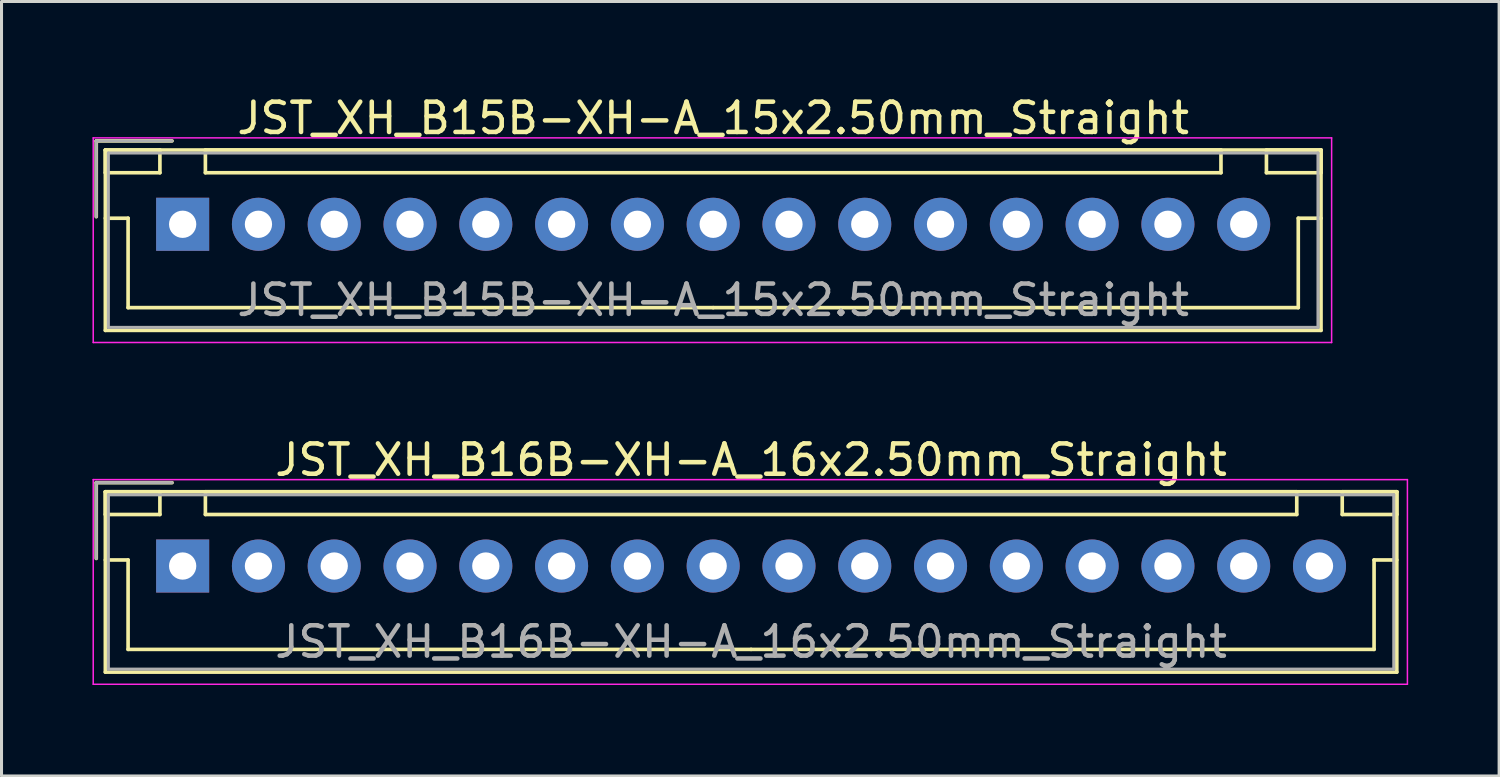
<source format=kicad_pcb>
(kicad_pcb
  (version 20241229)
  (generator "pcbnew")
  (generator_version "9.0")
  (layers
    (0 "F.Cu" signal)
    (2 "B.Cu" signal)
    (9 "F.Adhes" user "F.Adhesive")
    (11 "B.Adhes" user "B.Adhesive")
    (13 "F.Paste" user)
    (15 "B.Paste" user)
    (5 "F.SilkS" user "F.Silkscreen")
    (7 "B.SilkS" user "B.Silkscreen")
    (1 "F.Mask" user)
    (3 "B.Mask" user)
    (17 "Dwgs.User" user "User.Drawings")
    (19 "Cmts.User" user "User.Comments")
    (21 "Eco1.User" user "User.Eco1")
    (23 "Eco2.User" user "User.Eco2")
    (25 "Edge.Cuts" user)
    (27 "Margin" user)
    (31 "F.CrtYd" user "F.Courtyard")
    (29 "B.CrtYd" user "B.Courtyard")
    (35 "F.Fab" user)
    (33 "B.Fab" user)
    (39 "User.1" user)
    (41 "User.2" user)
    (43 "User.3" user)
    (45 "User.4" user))
  (footprint "JST_XH_B16B-XH-A_16x2.50mm_Straight"
    (layer "F.Cu")
    (at 2.975 15.621)
    (property "Reference" "JST_XH_B16B-XH-A_16x2.50mm_Straight" (at 18.75 -3.5 0) (layer "F.SilkS") (effects (font (size 1 1) (thickness 0.15))))
    (attr through_hole)
    (fp_line (start -2.85 -2.75) (end -2.85 -0.25) (stroke (width 0.12) (type solid)) (layer "F.SilkS"))
    (fp_line (start -2.55 -2.45) (end -2.55 -1.7) (stroke (width 0.12) (type solid)) (layer "F.SilkS"))
    (fp_line (start -2.55 -2.45) (end -2.55 3.5) (stroke (width 0.12) (type solid)) (layer "F.SilkS"))
    (fp_line (start -2.55 -1.7) (end -0.75 -1.7) (stroke (width 0.12) (type solid)) (layer "F.SilkS"))
    (fp_line (start -2.55 -0.2) (end -1.8 -0.2) (stroke (width 0.12) (type solid)) (layer "F.SilkS"))
    (fp_line (start -2.55 3.5) (end 40.05 3.5) (stroke (width 0.12) (type solid)) (layer "F.SilkS"))
    (fp_line (start -1.8 -0.2) (end -1.8 2.75) (stroke (width 0.12) (type solid)) (layer "F.SilkS"))
    (fp_line (start -1.8 2.75) (end 18.75 2.75) (stroke (width 0.12) (type solid)) (layer "F.SilkS"))
    (fp_line (start -0.75 -2.45) (end -2.55 -2.45) (stroke (width 0.12) (type solid)) (layer "F.SilkS"))
    (fp_line (start -0.75 -1.7) (end -0.75 -2.45) (stroke (width 0.12) (type solid)) (layer "F.SilkS"))
    (fp_line (start -0.35 -2.75) (end -2.85 -2.75) (stroke (width 0.12) (type solid)) (layer "F.SilkS"))
    (fp_line (start 0.75 -2.45) (end 0.75 -1.7) (stroke (width 0.12) (type solid)) (layer "F.SilkS"))
    (fp_line (start 0.75 -1.7) (end 36.75 -1.7) (stroke (width 0.12) (type solid)) (layer "F.SilkS"))
    (fp_line (start 36.75 -2.45) (end 0.75 -2.45) (stroke (width 0.12) (type solid)) (layer "F.SilkS"))
    (fp_line (start 36.75 -1.7) (end 36.75 -2.45) (stroke (width 0.12) (type solid)) (layer "F.SilkS"))
    (fp_line (start 38.25 -2.45) (end 38.25 -1.7) (stroke (width 0.12) (type solid)) (layer "F.SilkS"))
    (fp_line (start 38.25 -1.7) (end 40.05 -1.7) (stroke (width 0.12) (type solid)) (layer "F.SilkS"))
    (fp_line (start 39.3 -0.2) (end 39.3 2.75) (stroke (width 0.12) (type solid)) (layer "F.SilkS"))
    (fp_line (start 39.3 2.75) (end 18.75 2.75) (stroke (width 0.12) (type solid)) (layer "F.SilkS"))
    (fp_line (start 40.05 -2.45) (end -2.55 -2.45) (stroke (width 0.12) (type solid)) (layer "F.SilkS"))
    (fp_line (start 40.05 -2.45) (end 38.25 -2.45) (stroke (width 0.12) (type solid)) (layer "F.SilkS"))
    (fp_line (start 40.05 -1.7) (end 40.05 -2.45) (stroke (width 0.12) (type solid)) (layer "F.SilkS"))
    (fp_line (start 40.05 -0.2) (end 39.3 -0.2) (stroke (width 0.12) (type solid)) (layer "F.SilkS"))
    (fp_line (start 40.05 3.5) (end 40.05 -2.45) (stroke (width 0.12) (type solid)) (layer "F.SilkS"))
    (fp_line (start -2.95 -2.85) (end -2.95 3.9) (stroke (width 0.05) (type solid)) (layer "F.CrtYd"))
    (fp_line (start -2.95 3.9) (end 40.4 3.9) (stroke (width 0.05) (type solid)) (layer "F.CrtYd"))
    (fp_line (start 40.4 -2.85) (end -2.95 -2.85) (stroke (width 0.05) (type solid)) (layer "F.CrtYd"))
    (fp_line (start 40.4 3.9) (end 40.4 -2.85) (stroke (width 0.05) (type solid)) (layer "F.CrtYd"))
    (fp_line (start -2.85 -2.75) (end -2.85 -0.25) (stroke (width 0.1) (type solid)) (layer "F.Fab"))
    (fp_line (start -2.45 -2.35) (end -2.45 3.4) (stroke (width 0.1) (type solid)) (layer "F.Fab"))
    (fp_line (start -2.45 3.4) (end 39.95 3.4) (stroke (width 0.1) (type solid)) (layer "F.Fab"))
    (fp_line (start -0.35 -2.75) (end -2.85 -2.75) (stroke (width 0.1) (type solid)) (layer "F.Fab"))
    (fp_line (start 39.95 -2.35) (end -2.45 -2.35) (stroke (width 0.1) (type solid)) (layer "F.Fab"))
    (fp_line (start 39.95 3.4) (end 39.95 -2.35) (stroke (width 0.1) (type solid)) (layer "F.Fab"))
    (fp_text user "${REFERENCE}" (at 18.75 2.5 0) (layer "F.Fab") (effects (font (size 1 1) (thickness 0.15))))
    (pad "1" thru_hole rect (at 0 0) (size 1.75 1.75) (drill 0.9) (layers "*.Cu" "*.Mask"))
    (pad "2" thru_hole circle (at 2.5 0) (size 1.75 1.75) (drill 0.9) (layers "*.Cu" "*.Mask"))
    (pad "3" thru_hole circle (at 5 0) (size 1.75 1.75) (drill 0.9) (layers "*.Cu" "*.Mask"))
    (pad "4" thru_hole circle (at 7.5 0) (size 1.75 1.75) (drill 0.9) (layers "*.Cu" "*.Mask"))
    (pad "5" thru_hole circle (at 10 0) (size 1.75 1.75) (drill 0.9) (layers "*.Cu" "*.Mask"))
    (pad "6" thru_hole circle (at 12.5 0) (size 1.75 1.75) (drill 0.9) (layers "*.Cu" "*.Mask"))
    (pad "7" thru_hole circle (at 15 0) (size 1.75 1.75) (drill 0.9) (layers "*.Cu" "*.Mask"))
    (pad "8" thru_hole circle (at 17.5 0) (size 1.75 1.75) (drill 0.9) (layers "*.Cu" "*.Mask"))
    (pad "9" thru_hole circle (at 20 0) (size 1.75 1.75) (drill 0.9) (layers "*.Cu" "*.Mask"))
    (pad "10" thru_hole circle (at 22.5 0) (size 1.75 1.75) (drill 0.9) (layers "*.Cu" "*.Mask"))
    (pad "11" thru_hole circle (at 25 0) (size 1.75 1.75) (drill 0.9) (layers "*.Cu" "*.Mask"))
    (pad "12" thru_hole circle (at 27.5 0) (size 1.75 1.75) (drill 0.9) (layers "*.Cu" "*.Mask"))
    (pad "13" thru_hole circle (at 30 0) (size 1.75 1.75) (drill 0.9) (layers "*.Cu" "*.Mask"))
    (pad "14" thru_hole circle (at 32.5 0) (size 1.75 1.75) (drill 0.9) (layers "*.Cu" "*.Mask"))
    (pad "15" thru_hole circle (at 35 0) (size 1.75 1.75) (drill 0.9) (layers "*.Cu" "*.Mask"))
    (pad "16" thru_hole circle (at 37.5 0) (size 1.75 1.75) (drill 0.9) (layers "*.Cu" "*.Mask")))
  (footprint "JST_XH_B15B-XH-A_15x2.50mm_Straight"
    (layer "F.Cu")
    (at 2.975 4.348)
    (property "Reference" "JST_XH_B15B-XH-A_15x2.50mm_Straight" (at 17.5 -3.5 0) (layer "F.SilkS") (effects (font (size 1 1) (thickness 0.15))))
    (attr through_hole)
    (fp_line (start -2.85 -2.75) (end -2.85 -0.25) (stroke (width 0.12) (type solid)) (layer "F.SilkS"))
    (fp_line (start -2.55 -2.45) (end -2.55 -1.7) (stroke (width 0.12) (type solid)) (layer "F.SilkS"))
    (fp_line (start -2.55 -2.45) (end -2.55 3.5) (stroke (width 0.12) (type solid)) (layer "F.SilkS"))
    (fp_line (start -2.55 -1.7) (end -0.75 -1.7) (stroke (width 0.12) (type solid)) (layer "F.SilkS"))
    (fp_line (start -2.55 -0.2) (end -1.8 -0.2) (stroke (width 0.12) (type solid)) (layer "F.SilkS"))
    (fp_line (start -2.55 3.5) (end 37.55 3.5) (stroke (width 0.12) (type solid)) (layer "F.SilkS"))
    (fp_line (start -1.8 -0.2) (end -1.8 2.75) (stroke (width 0.12) (type solid)) (layer "F.SilkS"))
    (fp_line (start -1.8 2.75) (end 17.5 2.75) (stroke (width 0.12) (type solid)) (layer "F.SilkS"))
    (fp_line (start -0.75 -2.45) (end -2.55 -2.45) (stroke (width 0.12) (type solid)) (layer "F.SilkS"))
    (fp_line (start -0.75 -1.7) (end -0.75 -2.45) (stroke (width 0.12) (type solid)) (layer "F.SilkS"))
    (fp_line (start -0.35 -2.75) (end -2.85 -2.75) (stroke (width 0.12) (type solid)) (layer "F.SilkS"))
    (fp_line (start 0.75 -2.45) (end 0.75 -1.7) (stroke (width 0.12) (type solid)) (layer "F.SilkS"))
    (fp_line (start 0.75 -1.7) (end 34.25 -1.7) (stroke (width 0.12) (type solid)) (layer "F.SilkS"))
    (fp_line (start 34.25 -2.45) (end 0.75 -2.45) (stroke (width 0.12) (type solid)) (layer "F.SilkS"))
    (fp_line (start 34.25 -1.7) (end 34.25 -2.45) (stroke (width 0.12) (type solid)) (layer "F.SilkS"))
    (fp_line (start 35.75 -2.45) (end 35.75 -1.7) (stroke (width 0.12) (type solid)) (layer "F.SilkS"))
    (fp_line (start 35.75 -1.7) (end 37.55 -1.7) (stroke (width 0.12) (type solid)) (layer "F.SilkS"))
    (fp_line (start 36.8 -0.2) (end 36.8 2.75) (stroke (width 0.12) (type solid)) (layer "F.SilkS"))
    (fp_line (start 36.8 2.75) (end 17.5 2.75) (stroke (width 0.12) (type solid)) (layer "F.SilkS"))
    (fp_line (start 37.55 -2.45) (end -2.55 -2.45) (stroke (width 0.12) (type solid)) (layer "F.SilkS"))
    (fp_line (start 37.55 -2.45) (end 35.75 -2.45) (stroke (width 0.12) (type solid)) (layer "F.SilkS"))
    (fp_line (start 37.55 -1.7) (end 37.55 -2.45) (stroke (width 0.12) (type solid)) (layer "F.SilkS"))
    (fp_line (start 37.55 -0.2) (end 36.8 -0.2) (stroke (width 0.12) (type solid)) (layer "F.SilkS"))
    (fp_line (start 37.55 3.5) (end 37.55 -2.45) (stroke (width 0.12) (type solid)) (layer "F.SilkS"))
    (fp_line (start -2.95 -2.85) (end -2.95 3.9) (stroke (width 0.05) (type solid)) (layer "F.CrtYd"))
    (fp_line (start -2.95 3.9) (end 37.9 3.9) (stroke (width 0.05) (type solid)) (layer "F.CrtYd"))
    (fp_line (start 37.9 -2.85) (end -2.95 -2.85) (stroke (width 0.05) (type solid)) (layer "F.CrtYd"))
    (fp_line (start 37.9 3.9) (end 37.9 -2.85) (stroke (width 0.05) (type solid)) (layer "F.CrtYd"))
    (fp_line (start -2.85 -2.75) (end -2.85 -0.25) (stroke (width 0.1) (type solid)) (layer "F.Fab"))
    (fp_line (start -2.45 -2.35) (end -2.45 3.4) (stroke (width 0.1) (type solid)) (layer "F.Fab"))
    (fp_line (start -2.45 3.4) (end 37.45 3.4) (stroke (width 0.1) (type solid)) (layer "F.Fab"))
    (fp_line (start -0.35 -2.75) (end -2.85 -2.75) (stroke (width 0.1) (type solid)) (layer "F.Fab"))
    (fp_line (start 37.45 -2.35) (end -2.45 -2.35) (stroke (width 0.1) (type solid)) (layer "F.Fab"))
    (fp_line (start 37.45 3.4) (end 37.45 -2.35) (stroke (width 0.1) (type solid)) (layer "F.Fab"))
    (fp_text user "${REFERENCE}" (at 17.5 2.5 0) (layer "F.Fab") (effects (font (size 1 1) (thickness 0.15))))
    (pad "1" thru_hole rect (at 0 0) (size 1.75 1.75) (drill 0.9) (layers "*.Cu" "*.Mask"))
    (pad "2" thru_hole circle (at 2.5 0) (size 1.75 1.75) (drill 0.9) (layers "*.Cu" "*.Mask"))
    (pad "3" thru_hole circle (at 5 0) (size 1.75 1.75) (drill 0.9) (layers "*.Cu" "*.Mask"))
    (pad "4" thru_hole circle (at 7.5 0) (size 1.75 1.75) (drill 0.9) (layers "*.Cu" "*.Mask"))
    (pad "5" thru_hole circle (at 10 0) (size 1.75 1.75) (drill 0.9) (layers "*.Cu" "*.Mask"))
    (pad "6" thru_hole circle (at 12.5 0) (size 1.75 1.75) (drill 0.9) (layers "*.Cu" "*.Mask"))
    (pad "7" thru_hole circle (at 15 0) (size 1.75 1.75) (drill 0.9) (layers "*.Cu" "*.Mask"))
    (pad "8" thru_hole circle (at 17.5 0) (size 1.75 1.75) (drill 0.9) (layers "*.Cu" "*.Mask"))
    (pad "9" thru_hole circle (at 20 0) (size 1.75 1.75) (drill 0.9) (layers "*.Cu" "*.Mask"))
    (pad "10" thru_hole circle (at 22.5 0) (size 1.75 1.75) (drill 0.9) (layers "*.Cu" "*.Mask"))
    (pad "11" thru_hole circle (at 25 0) (size 1.75 1.75) (drill 0.9) (layers "*.Cu" "*.Mask"))
    (pad "12" thru_hole circle (at 27.5 0) (size 1.75 1.75) (drill 0.9) (layers "*.Cu" "*.Mask"))
    (pad "13" thru_hole circle (at 30 0) (size 1.75 1.75) (drill 0.9) (layers "*.Cu" "*.Mask"))
    (pad "14" thru_hole circle (at 32.5 0) (size 1.75 1.75) (drill 0.9) (layers "*.Cu" "*.Mask"))
    (pad "15" thru_hole circle (at 35 0) (size 1.75 1.75) (drill 0.9) (layers "*.Cu" "*.Mask")))
  (gr_rect
    (start -3 -3)
    (end 46.4 22.547)
    (stroke (width 0.1) (type default))
    (fill no)
    (layer "Edge.Cuts")))
</source>
